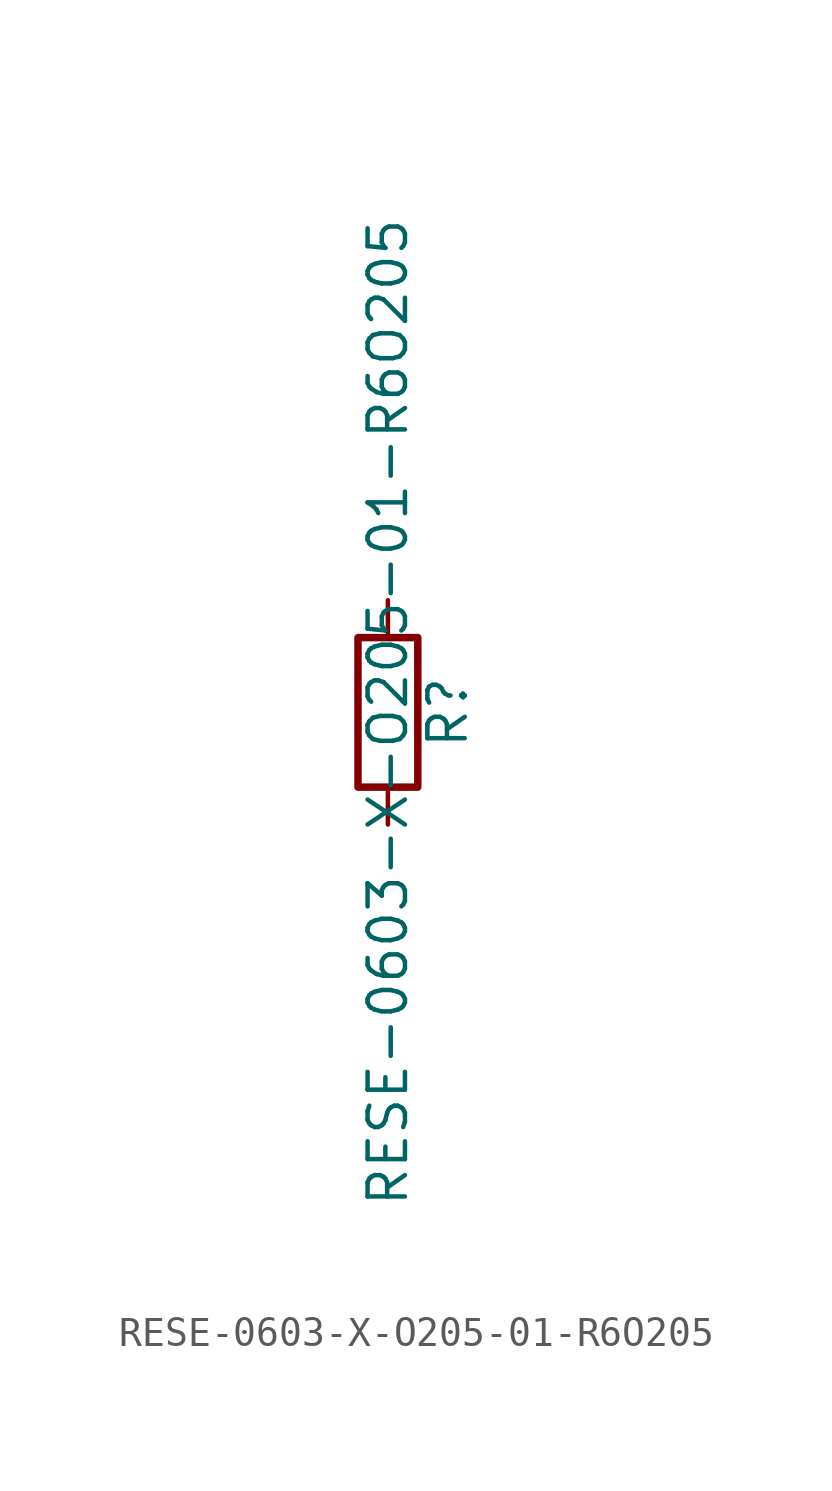
<source format=kicad_sym>
(kicad_symbol_lib
  (version 20211014)
  (generator kicad_symbol_editor)
  (symbol "RESE-0603-X-O205-01-R6O205"
    (pin_numbers hide)
    (pin_names
      (offset 0))
    (property "Reference" "R"
      (at 2.032 0 90)
      (effects (font (size 1.27 1.27))))
    (property "Value" "RESE-0603-X-O205-01-R6O205"
      (at 0 0 90)
      (effects (font (size 1.27 1.27))))
    (symbol "RESE-0603-X-O205-01-R6O205_0_1"
      (rectangle (start -1.016 -2.54) (end 1.016 2.54) (stroke (width 0.254) (type default) (color 0 0 0 0)) (fill (type none))))
    (symbol "RESE-0603-X-O205-01-R6O205_1_1"
      (pin passive line (at 0 3.81 270) (length 1.27) (name "~" (effects (font (size 1.27 1.27)))) (number "1" (effects (font (size 1.27 1.27)))))
      (pin passive line (at 0 -3.81 90) (length 1.27) (name "~" (effects (font (size 1.27 1.27)))) (number "2" (effects (font (size 1.27 1.27))))))))
</source>
